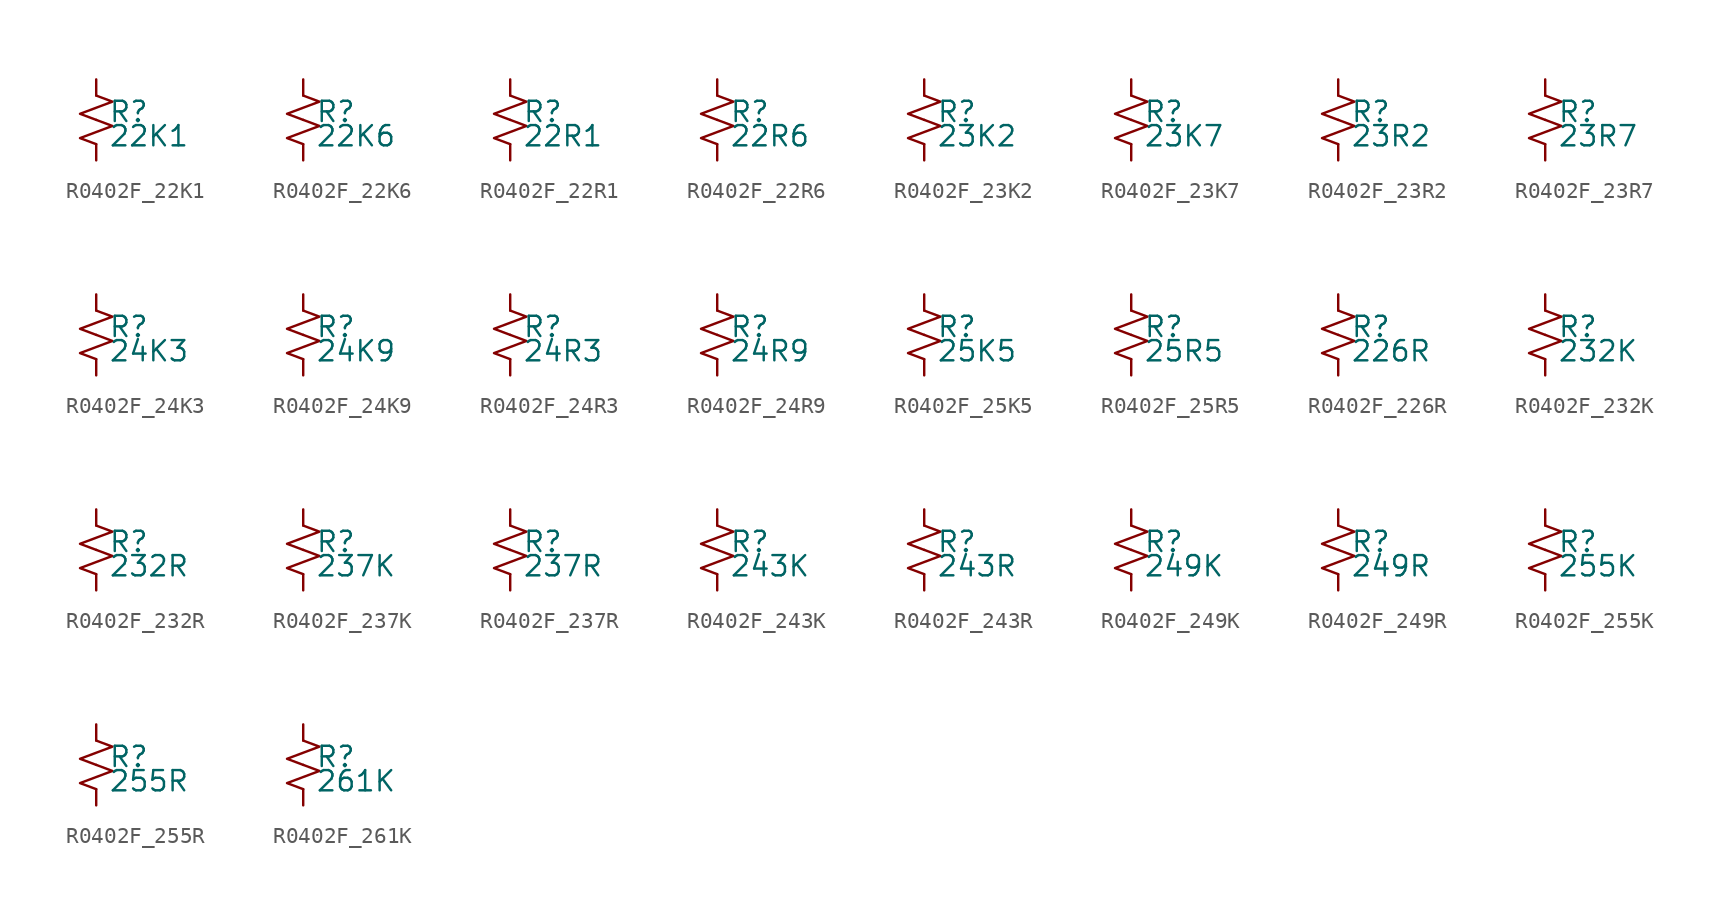
<source format=kicad_sym>
(kicad_symbol_lib
  (version 20220914)
  (generator kicad_symbol_editor)
  (symbol "R0402F_22K1"
    (pin_numbers hide)
    (pin_names
      (offset 0.254) hide)
    (property "Reference" "R"
      (at 0.762 0.508 0)
      (effects (font (size 1.27 1.27)) (justify left)))
    (property "Value" "22K1"
      (at 0.762 -1.016 0)
      (effects (font (size 1.27 1.27)) (justify left)))
    (symbol "R0402F_22K1_1_1"
      (polyline (pts (xy 0 0) (xy 1.016 -0.381) (xy 0 -0.762) (xy -1.016 -1.143) (xy 0 -1.524)) (stroke (width 0) (type default)) (fill (type none)))
      (polyline (pts (xy 0 1.524) (xy 1.016 1.143) (xy 0 0.762) (xy -1.016 0.381) (xy 0 0)) (stroke (width 0) (type default)) (fill (type none)))
      (pin passive line (at 0 2.54 270) (length 1.016) (name "~" (effects (font (size 1.27 1.27)))) (number "1" (effects (font (size 1.27 1.27)))))
      (pin passive line (at 0 -2.54 90) (length 1.016) (name "~" (effects (font (size 1.27 1.27)))) (number "2" (effects (font (size 1.27 1.27)))))))
  (symbol "R0402F_22K6"
    (pin_numbers hide)
    (pin_names
      (offset 0.254) hide)
    (property "Reference" "R"
      (at 0.762 0.508 0)
      (effects (font (size 1.27 1.27)) (justify left)))
    (property "Value" "22K6"
      (at 0.762 -1.016 0)
      (effects (font (size 1.27 1.27)) (justify left)))
    (symbol "R0402F_22K6_1_1"
      (polyline (pts (xy 0 0) (xy 1.016 -0.381) (xy 0 -0.762) (xy -1.016 -1.143) (xy 0 -1.524)) (stroke (width 0) (type default)) (fill (type none)))
      (polyline (pts (xy 0 1.524) (xy 1.016 1.143) (xy 0 0.762) (xy -1.016 0.381) (xy 0 0)) (stroke (width 0) (type default)) (fill (type none)))
      (pin passive line (at 0 2.54 270) (length 1.016) (name "~" (effects (font (size 1.27 1.27)))) (number "1" (effects (font (size 1.27 1.27)))))
      (pin passive line (at 0 -2.54 90) (length 1.016) (name "~" (effects (font (size 1.27 1.27)))) (number "2" (effects (font (size 1.27 1.27)))))))
  (symbol "R0402F_22R1"
    (pin_numbers hide)
    (pin_names
      (offset 0.254) hide)
    (property "Reference" "R"
      (at 0.762 0.508 0)
      (effects (font (size 1.27 1.27)) (justify left)))
    (property "Value" "22R1"
      (at 0.762 -1.016 0)
      (effects (font (size 1.27 1.27)) (justify left)))
    (symbol "R0402F_22R1_1_1"
      (polyline (pts (xy 0 0) (xy 1.016 -0.381) (xy 0 -0.762) (xy -1.016 -1.143) (xy 0 -1.524)) (stroke (width 0) (type default)) (fill (type none)))
      (polyline (pts (xy 0 1.524) (xy 1.016 1.143) (xy 0 0.762) (xy -1.016 0.381) (xy 0 0)) (stroke (width 0) (type default)) (fill (type none)))
      (pin passive line (at 0 2.54 270) (length 1.016) (name "~" (effects (font (size 1.27 1.27)))) (number "1" (effects (font (size 1.27 1.27)))))
      (pin passive line (at 0 -2.54 90) (length 1.016) (name "~" (effects (font (size 1.27 1.27)))) (number "2" (effects (font (size 1.27 1.27)))))))
  (symbol "R0402F_22R6"
    (pin_numbers hide)
    (pin_names
      (offset 0.254) hide)
    (property "Reference" "R"
      (at 0.762 0.508 0)
      (effects (font (size 1.27 1.27)) (justify left)))
    (property "Value" "22R6"
      (at 0.762 -1.016 0)
      (effects (font (size 1.27 1.27)) (justify left)))
    (symbol "R0402F_22R6_1_1"
      (polyline (pts (xy 0 0) (xy 1.016 -0.381) (xy 0 -0.762) (xy -1.016 -1.143) (xy 0 -1.524)) (stroke (width 0) (type default)) (fill (type none)))
      (polyline (pts (xy 0 1.524) (xy 1.016 1.143) (xy 0 0.762) (xy -1.016 0.381) (xy 0 0)) (stroke (width 0) (type default)) (fill (type none)))
      (pin passive line (at 0 2.54 270) (length 1.016) (name "~" (effects (font (size 1.27 1.27)))) (number "1" (effects (font (size 1.27 1.27)))))
      (pin passive line (at 0 -2.54 90) (length 1.016) (name "~" (effects (font (size 1.27 1.27)))) (number "2" (effects (font (size 1.27 1.27)))))))
  (symbol "R0402F_23K2"
    (pin_numbers hide)
    (pin_names
      (offset 0.254) hide)
    (property "Reference" "R"
      (at 0.762 0.508 0)
      (effects (font (size 1.27 1.27)) (justify left)))
    (property "Value" "23K2"
      (at 0.762 -1.016 0)
      (effects (font (size 1.27 1.27)) (justify left)))
    (symbol "R0402F_23K2_1_1"
      (polyline (pts (xy 0 0) (xy 1.016 -0.381) (xy 0 -0.762) (xy -1.016 -1.143) (xy 0 -1.524)) (stroke (width 0) (type default)) (fill (type none)))
      (polyline (pts (xy 0 1.524) (xy 1.016 1.143) (xy 0 0.762) (xy -1.016 0.381) (xy 0 0)) (stroke (width 0) (type default)) (fill (type none)))
      (pin passive line (at 0 2.54 270) (length 1.016) (name "~" (effects (font (size 1.27 1.27)))) (number "1" (effects (font (size 1.27 1.27)))))
      (pin passive line (at 0 -2.54 90) (length 1.016) (name "~" (effects (font (size 1.27 1.27)))) (number "2" (effects (font (size 1.27 1.27)))))))
  (symbol "R0402F_23K7"
    (pin_numbers hide)
    (pin_names
      (offset 0.254) hide)
    (property "Reference" "R"
      (at 0.762 0.508 0)
      (effects (font (size 1.27 1.27)) (justify left)))
    (property "Value" "23K7"
      (at 0.762 -1.016 0)
      (effects (font (size 1.27 1.27)) (justify left)))
    (symbol "R0402F_23K7_1_1"
      (polyline (pts (xy 0 0) (xy 1.016 -0.381) (xy 0 -0.762) (xy -1.016 -1.143) (xy 0 -1.524)) (stroke (width 0) (type default)) (fill (type none)))
      (polyline (pts (xy 0 1.524) (xy 1.016 1.143) (xy 0 0.762) (xy -1.016 0.381) (xy 0 0)) (stroke (width 0) (type default)) (fill (type none)))
      (pin passive line (at 0 2.54 270) (length 1.016) (name "~" (effects (font (size 1.27 1.27)))) (number "1" (effects (font (size 1.27 1.27)))))
      (pin passive line (at 0 -2.54 90) (length 1.016) (name "~" (effects (font (size 1.27 1.27)))) (number "2" (effects (font (size 1.27 1.27)))))))
  (symbol "R0402F_23R2"
    (pin_numbers hide)
    (pin_names
      (offset 0.254) hide)
    (property "Reference" "R"
      (at 0.762 0.508 0)
      (effects (font (size 1.27 1.27)) (justify left)))
    (property "Value" "23R2"
      (at 0.762 -1.016 0)
      (effects (font (size 1.27 1.27)) (justify left)))
    (symbol "R0402F_23R2_1_1"
      (polyline (pts (xy 0 0) (xy 1.016 -0.381) (xy 0 -0.762) (xy -1.016 -1.143) (xy 0 -1.524)) (stroke (width 0) (type default)) (fill (type none)))
      (polyline (pts (xy 0 1.524) (xy 1.016 1.143) (xy 0 0.762) (xy -1.016 0.381) (xy 0 0)) (stroke (width 0) (type default)) (fill (type none)))
      (pin passive line (at 0 2.54 270) (length 1.016) (name "~" (effects (font (size 1.27 1.27)))) (number "1" (effects (font (size 1.27 1.27)))))
      (pin passive line (at 0 -2.54 90) (length 1.016) (name "~" (effects (font (size 1.27 1.27)))) (number "2" (effects (font (size 1.27 1.27)))))))
  (symbol "R0402F_23R7"
    (pin_numbers hide)
    (pin_names
      (offset 0.254) hide)
    (property "Reference" "R"
      (at 0.762 0.508 0)
      (effects (font (size 1.27 1.27)) (justify left)))
    (property "Value" "23R7"
      (at 0.762 -1.016 0)
      (effects (font (size 1.27 1.27)) (justify left)))
    (symbol "R0402F_23R7_1_1"
      (polyline (pts (xy 0 0) (xy 1.016 -0.381) (xy 0 -0.762) (xy -1.016 -1.143) (xy 0 -1.524)) (stroke (width 0) (type default)) (fill (type none)))
      (polyline (pts (xy 0 1.524) (xy 1.016 1.143) (xy 0 0.762) (xy -1.016 0.381) (xy 0 0)) (stroke (width 0) (type default)) (fill (type none)))
      (pin passive line (at 0 2.54 270) (length 1.016) (name "~" (effects (font (size 1.27 1.27)))) (number "1" (effects (font (size 1.27 1.27)))))
      (pin passive line (at 0 -2.54 90) (length 1.016) (name "~" (effects (font (size 1.27 1.27)))) (number "2" (effects (font (size 1.27 1.27)))))))
  (symbol "R0402F_24K3"
    (pin_numbers hide)
    (pin_names
      (offset 0.254) hide)
    (property "Reference" "R"
      (at 0.762 0.508 0)
      (effects (font (size 1.27 1.27)) (justify left)))
    (property "Value" "24K3"
      (at 0.762 -1.016 0)
      (effects (font (size 1.27 1.27)) (justify left)))
    (symbol "R0402F_24K3_1_1"
      (polyline (pts (xy 0 0) (xy 1.016 -0.381) (xy 0 -0.762) (xy -1.016 -1.143) (xy 0 -1.524)) (stroke (width 0) (type default)) (fill (type none)))
      (polyline (pts (xy 0 1.524) (xy 1.016 1.143) (xy 0 0.762) (xy -1.016 0.381) (xy 0 0)) (stroke (width 0) (type default)) (fill (type none)))
      (pin passive line (at 0 2.54 270) (length 1.016) (name "~" (effects (font (size 1.27 1.27)))) (number "1" (effects (font (size 1.27 1.27)))))
      (pin passive line (at 0 -2.54 90) (length 1.016) (name "~" (effects (font (size 1.27 1.27)))) (number "2" (effects (font (size 1.27 1.27)))))))
  (symbol "R0402F_24K9"
    (pin_numbers hide)
    (pin_names
      (offset 0.254) hide)
    (property "Reference" "R"
      (at 0.762 0.508 0)
      (effects (font (size 1.27 1.27)) (justify left)))
    (property "Value" "24K9"
      (at 0.762 -1.016 0)
      (effects (font (size 1.27 1.27)) (justify left)))
    (symbol "R0402F_24K9_1_1"
      (polyline (pts (xy 0 0) (xy 1.016 -0.381) (xy 0 -0.762) (xy -1.016 -1.143) (xy 0 -1.524)) (stroke (width 0) (type default)) (fill (type none)))
      (polyline (pts (xy 0 1.524) (xy 1.016 1.143) (xy 0 0.762) (xy -1.016 0.381) (xy 0 0)) (stroke (width 0) (type default)) (fill (type none)))
      (pin passive line (at 0 2.54 270) (length 1.016) (name "~" (effects (font (size 1.27 1.27)))) (number "1" (effects (font (size 1.27 1.27)))))
      (pin passive line (at 0 -2.54 90) (length 1.016) (name "~" (effects (font (size 1.27 1.27)))) (number "2" (effects (font (size 1.27 1.27)))))))
  (symbol "R0402F_24R3"
    (pin_numbers hide)
    (pin_names
      (offset 0.254) hide)
    (property "Reference" "R"
      (at 0.762 0.508 0)
      (effects (font (size 1.27 1.27)) (justify left)))
    (property "Value" "24R3"
      (at 0.762 -1.016 0)
      (effects (font (size 1.27 1.27)) (justify left)))
    (symbol "R0402F_24R3_1_1"
      (polyline (pts (xy 0 0) (xy 1.016 -0.381) (xy 0 -0.762) (xy -1.016 -1.143) (xy 0 -1.524)) (stroke (width 0) (type default)) (fill (type none)))
      (polyline (pts (xy 0 1.524) (xy 1.016 1.143) (xy 0 0.762) (xy -1.016 0.381) (xy 0 0)) (stroke (width 0) (type default)) (fill (type none)))
      (pin passive line (at 0 2.54 270) (length 1.016) (name "~" (effects (font (size 1.27 1.27)))) (number "1" (effects (font (size 1.27 1.27)))))
      (pin passive line (at 0 -2.54 90) (length 1.016) (name "~" (effects (font (size 1.27 1.27)))) (number "2" (effects (font (size 1.27 1.27)))))))
  (symbol "R0402F_24R9"
    (pin_numbers hide)
    (pin_names
      (offset 0.254) hide)
    (property "Reference" "R"
      (at 0.762 0.508 0)
      (effects (font (size 1.27 1.27)) (justify left)))
    (property "Value" "24R9"
      (at 0.762 -1.016 0)
      (effects (font (size 1.27 1.27)) (justify left)))
    (symbol "R0402F_24R9_1_1"
      (polyline (pts (xy 0 0) (xy 1.016 -0.381) (xy 0 -0.762) (xy -1.016 -1.143) (xy 0 -1.524)) (stroke (width 0) (type default)) (fill (type none)))
      (polyline (pts (xy 0 1.524) (xy 1.016 1.143) (xy 0 0.762) (xy -1.016 0.381) (xy 0 0)) (stroke (width 0) (type default)) (fill (type none)))
      (pin passive line (at 0 2.54 270) (length 1.016) (name "~" (effects (font (size 1.27 1.27)))) (number "1" (effects (font (size 1.27 1.27)))))
      (pin passive line (at 0 -2.54 90) (length 1.016) (name "~" (effects (font (size 1.27 1.27)))) (number "2" (effects (font (size 1.27 1.27)))))))
  (symbol "R0402F_25K5"
    (pin_numbers hide)
    (pin_names
      (offset 0.254) hide)
    (property "Reference" "R"
      (at 0.762 0.508 0)
      (effects (font (size 1.27 1.27)) (justify left)))
    (property "Value" "25K5"
      (at 0.762 -1.016 0)
      (effects (font (size 1.27 1.27)) (justify left)))
    (symbol "R0402F_25K5_1_1"
      (polyline (pts (xy 0 0) (xy 1.016 -0.381) (xy 0 -0.762) (xy -1.016 -1.143) (xy 0 -1.524)) (stroke (width 0) (type default)) (fill (type none)))
      (polyline (pts (xy 0 1.524) (xy 1.016 1.143) (xy 0 0.762) (xy -1.016 0.381) (xy 0 0)) (stroke (width 0) (type default)) (fill (type none)))
      (pin passive line (at 0 2.54 270) (length 1.016) (name "~" (effects (font (size 1.27 1.27)))) (number "1" (effects (font (size 1.27 1.27)))))
      (pin passive line (at 0 -2.54 90) (length 1.016) (name "~" (effects (font (size 1.27 1.27)))) (number "2" (effects (font (size 1.27 1.27)))))))
  (symbol "R0402F_25R5"
    (pin_numbers hide)
    (pin_names
      (offset 0.254) hide)
    (property "Reference" "R"
      (at 0.762 0.508 0)
      (effects (font (size 1.27 1.27)) (justify left)))
    (property "Value" "25R5"
      (at 0.762 -1.016 0)
      (effects (font (size 1.27 1.27)) (justify left)))
    (symbol "R0402F_25R5_1_1"
      (polyline (pts (xy 0 0) (xy 1.016 -0.381) (xy 0 -0.762) (xy -1.016 -1.143) (xy 0 -1.524)) (stroke (width 0) (type default)) (fill (type none)))
      (polyline (pts (xy 0 1.524) (xy 1.016 1.143) (xy 0 0.762) (xy -1.016 0.381) (xy 0 0)) (stroke (width 0) (type default)) (fill (type none)))
      (pin passive line (at 0 2.54 270) (length 1.016) (name "~" (effects (font (size 1.27 1.27)))) (number "1" (effects (font (size 1.27 1.27)))))
      (pin passive line (at 0 -2.54 90) (length 1.016) (name "~" (effects (font (size 1.27 1.27)))) (number "2" (effects (font (size 1.27 1.27)))))))
  (symbol "R0402F_226R"
    (pin_numbers hide)
    (pin_names
      (offset 0.254) hide)
    (property "Reference" "R"
      (at 0.762 0.508 0)
      (effects (font (size 1.27 1.27)) (justify left)))
    (property "Value" "226R"
      (at 0.762 -1.016 0)
      (effects (font (size 1.27 1.27)) (justify left)))
    (symbol "R0402F_226R_1_1"
      (polyline (pts (xy 0 0) (xy 1.016 -0.381) (xy 0 -0.762) (xy -1.016 -1.143) (xy 0 -1.524)) (stroke (width 0) (type default)) (fill (type none)))
      (polyline (pts (xy 0 1.524) (xy 1.016 1.143) (xy 0 0.762) (xy -1.016 0.381) (xy 0 0)) (stroke (width 0) (type default)) (fill (type none)))
      (pin passive line (at 0 2.54 270) (length 1.016) (name "~" (effects (font (size 1.27 1.27)))) (number "1" (effects (font (size 1.27 1.27)))))
      (pin passive line (at 0 -2.54 90) (length 1.016) (name "~" (effects (font (size 1.27 1.27)))) (number "2" (effects (font (size 1.27 1.27)))))))
  (symbol "R0402F_232K"
    (pin_numbers hide)
    (pin_names
      (offset 0.254) hide)
    (property "Reference" "R"
      (at 0.762 0.508 0)
      (effects (font (size 1.27 1.27)) (justify left)))
    (property "Value" "232K"
      (at 0.762 -1.016 0)
      (effects (font (size 1.27 1.27)) (justify left)))
    (symbol "R0402F_232K_1_1"
      (polyline (pts (xy 0 0) (xy 1.016 -0.381) (xy 0 -0.762) (xy -1.016 -1.143) (xy 0 -1.524)) (stroke (width 0) (type default)) (fill (type none)))
      (polyline (pts (xy 0 1.524) (xy 1.016 1.143) (xy 0 0.762) (xy -1.016 0.381) (xy 0 0)) (stroke (width 0) (type default)) (fill (type none)))
      (pin passive line (at 0 2.54 270) (length 1.016) (name "~" (effects (font (size 1.27 1.27)))) (number "1" (effects (font (size 1.27 1.27)))))
      (pin passive line (at 0 -2.54 90) (length 1.016) (name "~" (effects (font (size 1.27 1.27)))) (number "2" (effects (font (size 1.27 1.27)))))))
  (symbol "R0402F_232R"
    (pin_numbers hide)
    (pin_names
      (offset 0.254) hide)
    (property "Reference" "R"
      (at 0.762 0.508 0)
      (effects (font (size 1.27 1.27)) (justify left)))
    (property "Value" "232R"
      (at 0.762 -1.016 0)
      (effects (font (size 1.27 1.27)) (justify left)))
    (symbol "R0402F_232R_1_1"
      (polyline (pts (xy 0 0) (xy 1.016 -0.381) (xy 0 -0.762) (xy -1.016 -1.143) (xy 0 -1.524)) (stroke (width 0) (type default)) (fill (type none)))
      (polyline (pts (xy 0 1.524) (xy 1.016 1.143) (xy 0 0.762) (xy -1.016 0.381) (xy 0 0)) (stroke (width 0) (type default)) (fill (type none)))
      (pin passive line (at 0 2.54 270) (length 1.016) (name "~" (effects (font (size 1.27 1.27)))) (number "1" (effects (font (size 1.27 1.27)))))
      (pin passive line (at 0 -2.54 90) (length 1.016) (name "~" (effects (font (size 1.27 1.27)))) (number "2" (effects (font (size 1.27 1.27)))))))
  (symbol "R0402F_237K"
    (pin_numbers hide)
    (pin_names
      (offset 0.254) hide)
    (property "Reference" "R"
      (at 0.762 0.508 0)
      (effects (font (size 1.27 1.27)) (justify left)))
    (property "Value" "237K"
      (at 0.762 -1.016 0)
      (effects (font (size 1.27 1.27)) (justify left)))
    (symbol "R0402F_237K_1_1"
      (polyline (pts (xy 0 0) (xy 1.016 -0.381) (xy 0 -0.762) (xy -1.016 -1.143) (xy 0 -1.524)) (stroke (width 0) (type default)) (fill (type none)))
      (polyline (pts (xy 0 1.524) (xy 1.016 1.143) (xy 0 0.762) (xy -1.016 0.381) (xy 0 0)) (stroke (width 0) (type default)) (fill (type none)))
      (pin passive line (at 0 2.54 270) (length 1.016) (name "~" (effects (font (size 1.27 1.27)))) (number "1" (effects (font (size 1.27 1.27)))))
      (pin passive line (at 0 -2.54 90) (length 1.016) (name "~" (effects (font (size 1.27 1.27)))) (number "2" (effects (font (size 1.27 1.27)))))))
  (symbol "R0402F_237R"
    (pin_numbers hide)
    (pin_names
      (offset 0.254) hide)
    (property "Reference" "R"
      (at 0.762 0.508 0)
      (effects (font (size 1.27 1.27)) (justify left)))
    (property "Value" "237R"
      (at 0.762 -1.016 0)
      (effects (font (size 1.27 1.27)) (justify left)))
    (symbol "R0402F_237R_1_1"
      (polyline (pts (xy 0 0) (xy 1.016 -0.381) (xy 0 -0.762) (xy -1.016 -1.143) (xy 0 -1.524)) (stroke (width 0) (type default)) (fill (type none)))
      (polyline (pts (xy 0 1.524) (xy 1.016 1.143) (xy 0 0.762) (xy -1.016 0.381) (xy 0 0)) (stroke (width 0) (type default)) (fill (type none)))
      (pin passive line (at 0 2.54 270) (length 1.016) (name "~" (effects (font (size 1.27 1.27)))) (number "1" (effects (font (size 1.27 1.27)))))
      (pin passive line (at 0 -2.54 90) (length 1.016) (name "~" (effects (font (size 1.27 1.27)))) (number "2" (effects (font (size 1.27 1.27)))))))
  (symbol "R0402F_243K"
    (pin_numbers hide)
    (pin_names
      (offset 0.254) hide)
    (property "Reference" "R"
      (at 0.762 0.508 0)
      (effects (font (size 1.27 1.27)) (justify left)))
    (property "Value" "243K"
      (at 0.762 -1.016 0)
      (effects (font (size 1.27 1.27)) (justify left)))
    (symbol "R0402F_243K_1_1"
      (polyline (pts (xy 0 0) (xy 1.016 -0.381) (xy 0 -0.762) (xy -1.016 -1.143) (xy 0 -1.524)) (stroke (width 0) (type default)) (fill (type none)))
      (polyline (pts (xy 0 1.524) (xy 1.016 1.143) (xy 0 0.762) (xy -1.016 0.381) (xy 0 0)) (stroke (width 0) (type default)) (fill (type none)))
      (pin passive line (at 0 2.54 270) (length 1.016) (name "~" (effects (font (size 1.27 1.27)))) (number "1" (effects (font (size 1.27 1.27)))))
      (pin passive line (at 0 -2.54 90) (length 1.016) (name "~" (effects (font (size 1.27 1.27)))) (number "2" (effects (font (size 1.27 1.27)))))))
  (symbol "R0402F_243R"
    (pin_numbers hide)
    (pin_names
      (offset 0.254) hide)
    (property "Reference" "R"
      (at 0.762 0.508 0)
      (effects (font (size 1.27 1.27)) (justify left)))
    (property "Value" "243R"
      (at 0.762 -1.016 0)
      (effects (font (size 1.27 1.27)) (justify left)))
    (symbol "R0402F_243R_1_1"
      (polyline (pts (xy 0 0) (xy 1.016 -0.381) (xy 0 -0.762) (xy -1.016 -1.143) (xy 0 -1.524)) (stroke (width 0) (type default)) (fill (type none)))
      (polyline (pts (xy 0 1.524) (xy 1.016 1.143) (xy 0 0.762) (xy -1.016 0.381) (xy 0 0)) (stroke (width 0) (type default)) (fill (type none)))
      (pin passive line (at 0 2.54 270) (length 1.016) (name "~" (effects (font (size 1.27 1.27)))) (number "1" (effects (font (size 1.27 1.27)))))
      (pin passive line (at 0 -2.54 90) (length 1.016) (name "~" (effects (font (size 1.27 1.27)))) (number "2" (effects (font (size 1.27 1.27)))))))
  (symbol "R0402F_249K"
    (pin_numbers hide)
    (pin_names
      (offset 0.254) hide)
    (property "Reference" "R"
      (at 0.762 0.508 0)
      (effects (font (size 1.27 1.27)) (justify left)))
    (property "Value" "249K"
      (at 0.762 -1.016 0)
      (effects (font (size 1.27 1.27)) (justify left)))
    (symbol "R0402F_249K_1_1"
      (polyline (pts (xy 0 0) (xy 1.016 -0.381) (xy 0 -0.762) (xy -1.016 -1.143) (xy 0 -1.524)) (stroke (width 0) (type default)) (fill (type none)))
      (polyline (pts (xy 0 1.524) (xy 1.016 1.143) (xy 0 0.762) (xy -1.016 0.381) (xy 0 0)) (stroke (width 0) (type default)) (fill (type none)))
      (pin passive line (at 0 2.54 270) (length 1.016) (name "~" (effects (font (size 1.27 1.27)))) (number "1" (effects (font (size 1.27 1.27)))))
      (pin passive line (at 0 -2.54 90) (length 1.016) (name "~" (effects (font (size 1.27 1.27)))) (number "2" (effects (font (size 1.27 1.27)))))))
  (symbol "R0402F_249R"
    (pin_numbers hide)
    (pin_names
      (offset 0.254) hide)
    (property "Reference" "R"
      (at 0.762 0.508 0)
      (effects (font (size 1.27 1.27)) (justify left)))
    (property "Value" "249R"
      (at 0.762 -1.016 0)
      (effects (font (size 1.27 1.27)) (justify left)))
    (symbol "R0402F_249R_1_1"
      (polyline (pts (xy 0 0) (xy 1.016 -0.381) (xy 0 -0.762) (xy -1.016 -1.143) (xy 0 -1.524)) (stroke (width 0) (type default)) (fill (type none)))
      (polyline (pts (xy 0 1.524) (xy 1.016 1.143) (xy 0 0.762) (xy -1.016 0.381) (xy 0 0)) (stroke (width 0) (type default)) (fill (type none)))
      (pin passive line (at 0 2.54 270) (length 1.016) (name "~" (effects (font (size 1.27 1.27)))) (number "1" (effects (font (size 1.27 1.27)))))
      (pin passive line (at 0 -2.54 90) (length 1.016) (name "~" (effects (font (size 1.27 1.27)))) (number "2" (effects (font (size 1.27 1.27)))))))
  (symbol "R0402F_255K"
    (pin_numbers hide)
    (pin_names
      (offset 0.254) hide)
    (property "Reference" "R"
      (at 0.762 0.508 0)
      (effects (font (size 1.27 1.27)) (justify left)))
    (property "Value" "255K"
      (at 0.762 -1.016 0)
      (effects (font (size 1.27 1.27)) (justify left)))
    (symbol "R0402F_255K_1_1"
      (polyline (pts (xy 0 0) (xy 1.016 -0.381) (xy 0 -0.762) (xy -1.016 -1.143) (xy 0 -1.524)) (stroke (width 0) (type default)) (fill (type none)))
      (polyline (pts (xy 0 1.524) (xy 1.016 1.143) (xy 0 0.762) (xy -1.016 0.381) (xy 0 0)) (stroke (width 0) (type default)) (fill (type none)))
      (pin passive line (at 0 2.54 270) (length 1.016) (name "~" (effects (font (size 1.27 1.27)))) (number "1" (effects (font (size 1.27 1.27)))))
      (pin passive line (at 0 -2.54 90) (length 1.016) (name "~" (effects (font (size 1.27 1.27)))) (number "2" (effects (font (size 1.27 1.27)))))))
  (symbol "R0402F_255R"
    (pin_numbers hide)
    (pin_names
      (offset 0.254) hide)
    (property "Reference" "R"
      (at 0.762 0.508 0)
      (effects (font (size 1.27 1.27)) (justify left)))
    (property "Value" "255R"
      (at 0.762 -1.016 0)
      (effects (font (size 1.27 1.27)) (justify left)))
    (symbol "R0402F_255R_1_1"
      (polyline (pts (xy 0 0) (xy 1.016 -0.381) (xy 0 -0.762) (xy -1.016 -1.143) (xy 0 -1.524)) (stroke (width 0) (type default)) (fill (type none)))
      (polyline (pts (xy 0 1.524) (xy 1.016 1.143) (xy 0 0.762) (xy -1.016 0.381) (xy 0 0)) (stroke (width 0) (type default)) (fill (type none)))
      (pin passive line (at 0 2.54 270) (length 1.016) (name "~" (effects (font (size 1.27 1.27)))) (number "1" (effects (font (size 1.27 1.27)))))
      (pin passive line (at 0 -2.54 90) (length 1.016) (name "~" (effects (font (size 1.27 1.27)))) (number "2" (effects (font (size 1.27 1.27)))))))
  (symbol "R0402F_261K"
    (pin_numbers hide)
    (pin_names
      (offset 0.254) hide)
    (property "Reference" "R"
      (at 0.762 0.508 0)
      (effects (font (size 1.27 1.27)) (justify left)))
    (property "Value" "261K"
      (at 0.762 -1.016 0)
      (effects (font (size 1.27 1.27)) (justify left)))
    (symbol "R0402F_261K_1_1"
      (polyline (pts (xy 0 0) (xy 1.016 -0.381) (xy 0 -0.762) (xy -1.016 -1.143) (xy 0 -1.524)) (stroke (width 0) (type default)) (fill (type none)))
      (polyline (pts (xy 0 1.524) (xy 1.016 1.143) (xy 0 0.762) (xy -1.016 0.381) (xy 0 0)) (stroke (width 0) (type default)) (fill (type none)))
      (pin passive line (at 0 2.54 270) (length 1.016) (name "~" (effects (font (size 1.27 1.27)))) (number "1" (effects (font (size 1.27 1.27)))))
      (pin passive line (at 0 -2.54 90) (length 1.016) (name "~" (effects (font (size 1.27 1.27)))) (number "2" (effects (font (size 1.27 1.27))))))))
</source>
